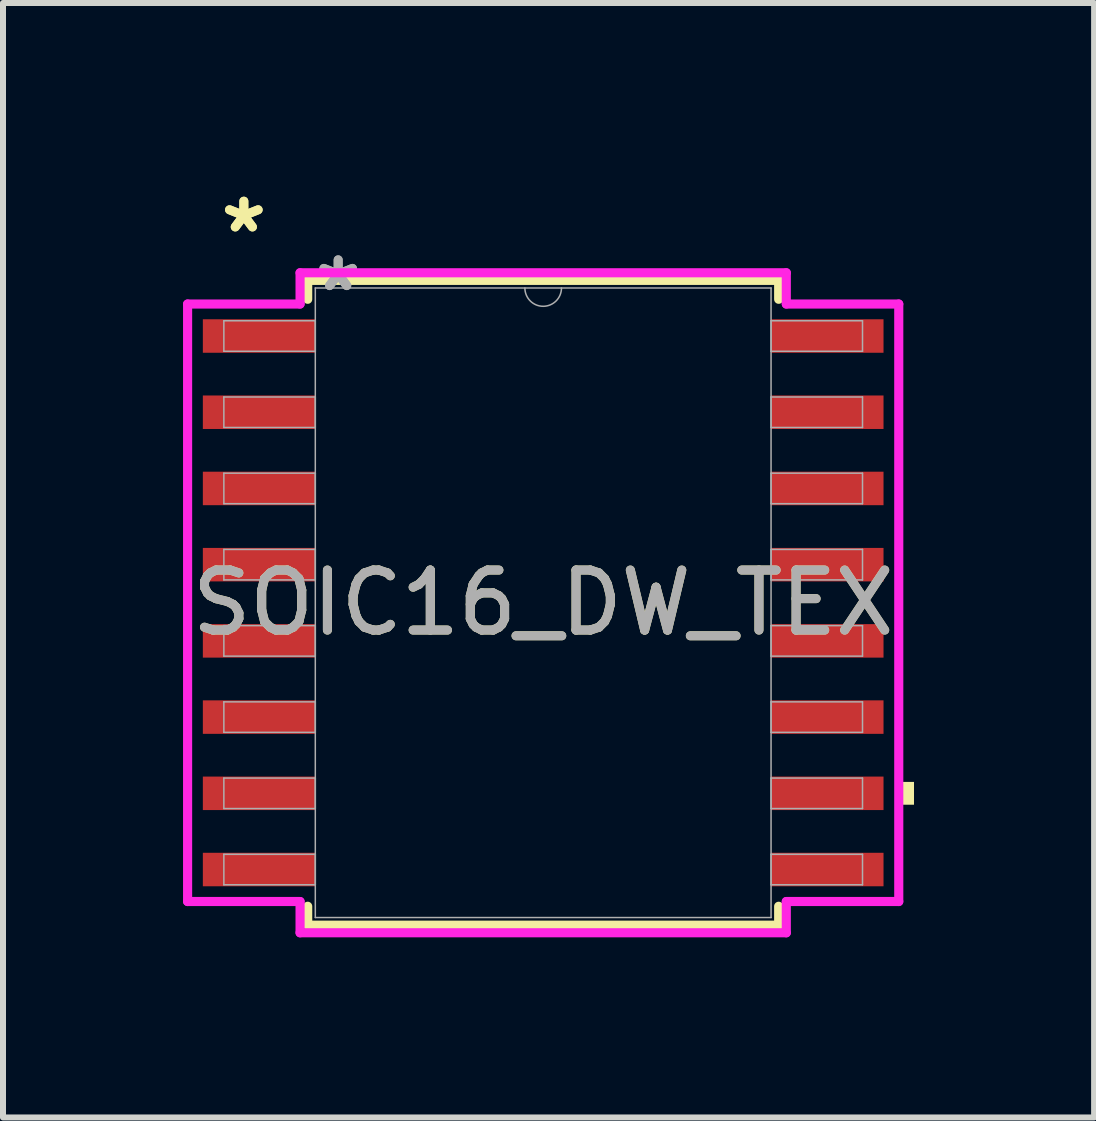
<source format=kicad_pcb>
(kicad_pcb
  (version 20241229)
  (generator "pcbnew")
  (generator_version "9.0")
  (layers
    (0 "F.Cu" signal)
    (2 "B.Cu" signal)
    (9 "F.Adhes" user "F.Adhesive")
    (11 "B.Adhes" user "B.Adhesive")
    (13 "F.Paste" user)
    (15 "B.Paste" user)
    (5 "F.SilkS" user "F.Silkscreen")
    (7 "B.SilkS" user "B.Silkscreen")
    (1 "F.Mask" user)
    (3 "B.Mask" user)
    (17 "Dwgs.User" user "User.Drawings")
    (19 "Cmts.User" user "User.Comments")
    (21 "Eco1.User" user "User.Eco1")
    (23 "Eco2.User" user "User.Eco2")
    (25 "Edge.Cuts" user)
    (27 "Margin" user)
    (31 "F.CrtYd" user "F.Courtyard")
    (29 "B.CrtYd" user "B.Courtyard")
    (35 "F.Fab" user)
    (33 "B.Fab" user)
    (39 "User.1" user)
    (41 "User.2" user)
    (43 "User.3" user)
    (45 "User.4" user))
  (footprint "SOIC16_DW_TEX"
    (layer "F.Cu")
    (at 6.001 6.994)
    (property "Reference" "SOIC16_DW_TEX" (at 0 0 0) (unlocked yes) (layer "F.SilkS") (effects (font (size 1 1) (thickness 0.15))))
    (attr smd)
    (fp_line (start -3.924 -5.372) (end -3.924 -5.057) (stroke (width 0.152) (type solid)) (layer "F.SilkS"))
    (fp_line (start -3.924 5.057) (end -3.924 5.372) (stroke (width 0.152) (type solid)) (layer "F.SilkS"))
    (fp_line (start -3.924 5.372) (end 3.924 5.372) (stroke (width 0.152) (type solid)) (layer "F.SilkS"))
    (fp_line (start 3.924 -5.372) (end -3.924 -5.372) (stroke (width 0.152) (type solid)) (layer "F.SilkS"))
    (fp_line (start 3.924 -5.057) (end 3.924 -5.372) (stroke (width 0.152) (type solid)) (layer "F.SilkS"))
    (fp_line (start 3.924 5.372) (end 3.924 5.057) (stroke (width 0.152) (type solid)) (layer "F.SilkS"))
    (fp_poly (pts (xy 6.179 2.985) (xy 6.179 3.365) (xy 5.925 3.365) (xy 5.925 2.985)) (stroke (width 0) (type solid)) (fill yes) (layer "F.SilkS"))
    (fp_line (start -5.925 -4.978) (end -4.051 -4.978) (stroke (width 0.152) (type solid)) (layer "F.CrtYd"))
    (fp_line (start -5.925 4.978) (end -5.925 -4.978) (stroke (width 0.152) (type solid)) (layer "F.CrtYd"))
    (fp_line (start -5.925 4.978) (end -4.051 4.978) (stroke (width 0.152) (type solid)) (layer "F.CrtYd"))
    (fp_line (start -4.051 -5.499) (end 4.051 -5.499) (stroke (width 0.152) (type solid)) (layer "F.CrtYd"))
    (fp_line (start -4.051 -4.978) (end -4.051 -5.499) (stroke (width 0.152) (type solid)) (layer "F.CrtYd"))
    (fp_line (start -4.051 5.499) (end -4.051 4.978) (stroke (width 0.152) (type solid)) (layer "F.CrtYd"))
    (fp_line (start 4.051 -5.499) (end 4.051 -4.978) (stroke (width 0.152) (type solid)) (layer "F.CrtYd"))
    (fp_line (start 4.051 4.978) (end 4.051 5.499) (stroke (width 0.152) (type solid)) (layer "F.CrtYd"))
    (fp_line (start 4.051 5.499) (end -4.051 5.499) (stroke (width 0.152) (type solid)) (layer "F.CrtYd"))
    (fp_line (start 5.925 -4.978) (end 4.051 -4.978) (stroke (width 0.152) (type solid)) (layer "F.CrtYd"))
    (fp_line (start 5.925 -4.978) (end 5.925 4.978) (stroke (width 0.152) (type solid)) (layer "F.CrtYd"))
    (fp_line (start 5.925 4.978) (end 4.051 4.978) (stroke (width 0.152) (type solid)) (layer "F.CrtYd"))
    (fp_line (start -5.321 -4.699) (end -5.321 -4.191) (stroke (width 0.025) (type solid)) (layer "F.Fab"))
    (fp_line (start -5.321 -4.191) (end -3.797 -4.191) (stroke (width 0.025) (type solid)) (layer "F.Fab"))
    (fp_line (start -5.321 -3.429) (end -5.321 -2.921) (stroke (width 0.025) (type solid)) (layer "F.Fab"))
    (fp_line (start -5.321 -2.921) (end -3.797 -2.921) (stroke (width 0.025) (type solid)) (layer "F.Fab"))
    (fp_line (start -5.321 -2.159) (end -5.321 -1.651) (stroke (width 0.025) (type solid)) (layer "F.Fab"))
    (fp_line (start -5.321 -1.651) (end -3.797 -1.651) (stroke (width 0.025) (type solid)) (layer "F.Fab"))
    (fp_line (start -5.321 -0.889) (end -5.321 -0.381) (stroke (width 0.025) (type solid)) (layer "F.Fab"))
    (fp_line (start -5.321 -0.381) (end -3.797 -0.381) (stroke (width 0.025) (type solid)) (layer "F.Fab"))
    (fp_line (start -5.321 0.381) (end -5.321 0.889) (stroke (width 0.025) (type solid)) (layer "F.Fab"))
    (fp_line (start -5.321 0.889) (end -3.797 0.889) (stroke (width 0.025) (type solid)) (layer "F.Fab"))
    (fp_line (start -5.321 1.651) (end -5.321 2.159) (stroke (width 0.025) (type solid)) (layer "F.Fab"))
    (fp_line (start -5.321 2.159) (end -3.797 2.159) (stroke (width 0.025) (type solid)) (layer "F.Fab"))
    (fp_line (start -5.321 2.921) (end -5.321 3.429) (stroke (width 0.025) (type solid)) (layer "F.Fab"))
    (fp_line (start -5.321 3.429) (end -3.797 3.429) (stroke (width 0.025) (type solid)) (layer "F.Fab"))
    (fp_line (start -5.321 4.191) (end -5.321 4.699) (stroke (width 0.025) (type solid)) (layer "F.Fab"))
    (fp_line (start -5.321 4.699) (end -3.797 4.699) (stroke (width 0.025) (type solid)) (layer "F.Fab"))
    (fp_line (start -3.797 -5.245) (end -3.797 5.245) (stroke (width 0.025) (type solid)) (layer "F.Fab"))
    (fp_line (start -3.797 -4.699) (end -5.321 -4.699) (stroke (width 0.025) (type solid)) (layer "F.Fab"))
    (fp_line (start -3.797 -4.191) (end -3.797 -4.699) (stroke (width 0.025) (type solid)) (layer "F.Fab"))
    (fp_line (start -3.797 -3.429) (end -5.321 -3.429) (stroke (width 0.025) (type solid)) (layer "F.Fab"))
    (fp_line (start -3.797 -2.921) (end -3.797 -3.429) (stroke (width 0.025) (type solid)) (layer "F.Fab"))
    (fp_line (start -3.797 -2.159) (end -5.321 -2.159) (stroke (width 0.025) (type solid)) (layer "F.Fab"))
    (fp_line (start -3.797 -1.651) (end -3.797 -2.159) (stroke (width 0.025) (type solid)) (layer "F.Fab"))
    (fp_line (start -3.797 -0.889) (end -5.321 -0.889) (stroke (width 0.025) (type solid)) (layer "F.Fab"))
    (fp_line (start -3.797 -0.381) (end -3.797 -0.889) (stroke (width 0.025) (type solid)) (layer "F.Fab"))
    (fp_line (start -3.797 0.381) (end -5.321 0.381) (stroke (width 0.025) (type solid)) (layer "F.Fab"))
    (fp_line (start -3.797 0.889) (end -3.797 0.381) (stroke (width 0.025) (type solid)) (layer "F.Fab"))
    (fp_line (start -3.797 1.651) (end -5.321 1.651) (stroke (width 0.025) (type solid)) (layer "F.Fab"))
    (fp_line (start -3.797 2.159) (end -3.797 1.651) (stroke (width 0.025) (type solid)) (layer "F.Fab"))
    (fp_line (start -3.797 2.921) (end -5.321 2.921) (stroke (width 0.025) (type solid)) (layer "F.Fab"))
    (fp_line (start -3.797 3.429) (end -3.797 2.921) (stroke (width 0.025) (type solid)) (layer "F.Fab"))
    (fp_line (start -3.797 4.191) (end -5.321 4.191) (stroke (width 0.025) (type solid)) (layer "F.Fab"))
    (fp_line (start -3.797 4.699) (end -3.797 4.191) (stroke (width 0.025) (type solid)) (layer "F.Fab"))
    (fp_line (start -3.797 5.245) (end 3.797 5.245) (stroke (width 0.025) (type solid)) (layer "F.Fab"))
    (fp_line (start 3.797 -5.245) (end -3.797 -5.245) (stroke (width 0.025) (type solid)) (layer "F.Fab"))
    (fp_line (start 3.797 -4.699) (end 3.797 -4.191) (stroke (width 0.025) (type solid)) (layer "F.Fab"))
    (fp_line (start 3.797 -4.191) (end 5.321 -4.191) (stroke (width 0.025) (type solid)) (layer "F.Fab"))
    (fp_line (start 3.797 -3.429) (end 3.797 -2.921) (stroke (width 0.025) (type solid)) (layer "F.Fab"))
    (fp_line (start 3.797 -2.921) (end 5.321 -2.921) (stroke (width 0.025) (type solid)) (layer "F.Fab"))
    (fp_line (start 3.797 -2.159) (end 3.797 -1.651) (stroke (width 0.025) (type solid)) (layer "F.Fab"))
    (fp_line (start 3.797 -1.651) (end 5.321 -1.651) (stroke (width 0.025) (type solid)) (layer "F.Fab"))
    (fp_line (start 3.797 -0.889) (end 3.797 -0.381) (stroke (width 0.025) (type solid)) (layer "F.Fab"))
    (fp_line (start 3.797 -0.381) (end 5.321 -0.381) (stroke (width 0.025) (type solid)) (layer "F.Fab"))
    (fp_line (start 3.797 0.381) (end 3.797 0.889) (stroke (width 0.025) (type solid)) (layer "F.Fab"))
    (fp_line (start 3.797 0.889) (end 5.321 0.889) (stroke (width 0.025) (type solid)) (layer "F.Fab"))
    (fp_line (start 3.797 1.651) (end 3.797 2.159) (stroke (width 0.025) (type solid)) (layer "F.Fab"))
    (fp_line (start 3.797 2.159) (end 5.321 2.159) (stroke (width 0.025) (type solid)) (layer "F.Fab"))
    (fp_line (start 3.797 2.921) (end 3.797 3.429) (stroke (width 0.025) (type solid)) (layer "F.Fab"))
    (fp_line (start 3.797 3.429) (end 5.321 3.429) (stroke (width 0.025) (type solid)) (layer "F.Fab"))
    (fp_line (start 3.797 4.191) (end 3.797 4.699) (stroke (width 0.025) (type solid)) (layer "F.Fab"))
    (fp_line (start 3.797 4.699) (end 5.321 4.699) (stroke (width 0.025) (type solid)) (layer "F.Fab"))
    (fp_line (start 3.797 5.245) (end 3.797 -5.245) (stroke (width 0.025) (type solid)) (layer "F.Fab"))
    (fp_line (start 5.321 -4.699) (end 3.797 -4.699) (stroke (width 0.025) (type solid)) (layer "F.Fab"))
    (fp_line (start 5.321 -4.191) (end 5.321 -4.699) (stroke (width 0.025) (type solid)) (layer "F.Fab"))
    (fp_line (start 5.321 -3.429) (end 3.797 -3.429) (stroke (width 0.025) (type solid)) (layer "F.Fab"))
    (fp_line (start 5.321 -2.921) (end 5.321 -3.429) (stroke (width 0.025) (type solid)) (layer "F.Fab"))
    (fp_line (start 5.321 -2.159) (end 3.797 -2.159) (stroke (width 0.025) (type solid)) (layer "F.Fab"))
    (fp_line (start 5.321 -1.651) (end 5.321 -2.159) (stroke (width 0.025) (type solid)) (layer "F.Fab"))
    (fp_line (start 5.321 -0.889) (end 3.797 -0.889) (stroke (width 0.025) (type solid)) (layer "F.Fab"))
    (fp_line (start 5.321 -0.381) (end 5.321 -0.889) (stroke (width 0.025) (type solid)) (layer "F.Fab"))
    (fp_line (start 5.321 0.381) (end 3.797 0.381) (stroke (width 0.025) (type solid)) (layer "F.Fab"))
    (fp_line (start 5.321 0.889) (end 5.321 0.381) (stroke (width 0.025) (type solid)) (layer "F.Fab"))
    (fp_line (start 5.321 1.651) (end 3.797 1.651) (stroke (width 0.025) (type solid)) (layer "F.Fab"))
    (fp_line (start 5.321 2.159) (end 5.321 1.651) (stroke (width 0.025) (type solid)) (layer "F.Fab"))
    (fp_line (start 5.321 2.921) (end 3.797 2.921) (stroke (width 0.025) (type solid)) (layer "F.Fab"))
    (fp_line (start 5.321 3.429) (end 5.321 2.921) (stroke (width 0.025) (type solid)) (layer "F.Fab"))
    (fp_line (start 5.321 4.191) (end 3.797 4.191) (stroke (width 0.025) (type solid)) (layer "F.Fab"))
    (fp_line (start 5.321 4.699) (end 5.321 4.191) (stroke (width 0.025) (type solid)) (layer "F.Fab"))
    (fp_arc (start 0.3048 -5.2451) (mid 0 -4.9403) (end -0.3048 -5.2451) (stroke (width 0.0254) (type solid)) (layer "F.Fab"))
    (fp_text user "*" (at -4.988 -6.146 0) (layer "F.SilkS") (effects (font (size 1 1) (thickness 0.15))))
    (fp_text user "*" (at -4.988 -6.146 0) (unlocked yes) (layer "F.SilkS") (effects (font (size 1 1) (thickness 0.15))))
    (fp_text user "*" (at -3.416 -5.169 0) (unlocked yes) (layer "F.Fab") (effects (font (size 1 1) (thickness 0.15))))
    (fp_text user "*" (at -3.416 -5.169 0) (layer "F.Fab") (effects (font (size 1 1) (thickness 0.15))))
    (fp_text user "${REFERENCE}" (at 0 0 0) (unlocked yes) (layer "F.Fab") (effects (font (size 1 1) (thickness 0.15))))
    (pad "1" smd rect (at -4.734 -4.445) (size 1.874 0.558) (layers "F.Cu" "F.Mask" "F.Paste"))
    (pad "2" smd rect (at -4.734 -3.175) (size 1.874 0.558) (layers "F.Cu" "F.Mask" "F.Paste"))
    (pad "3" smd rect (at -4.734 -1.905) (size 1.874 0.558) (layers "F.Cu" "F.Mask" "F.Paste"))
    (pad "4" smd rect (at -4.734 -0.635) (size 1.874 0.558) (layers "F.Cu" "F.Mask" "F.Paste"))
    (pad "5" smd rect (at -4.734 0.635) (size 1.874 0.558) (layers "F.Cu" "F.Mask" "F.Paste"))
    (pad "6" smd rect (at -4.734 1.905) (size 1.874 0.558) (layers "F.Cu" "F.Mask" "F.Paste"))
    (pad "7" smd rect (at -4.734 3.175) (size 1.874 0.558) (layers "F.Cu" "F.Mask" "F.Paste"))
    (pad "8" smd rect (at -4.734 4.445) (size 1.874 0.558) (layers "F.Cu" "F.Mask" "F.Paste"))
    (pad "9" smd rect (at 4.734 4.445) (size 1.874 0.558) (layers "F.Cu" "F.Mask" "F.Paste"))
    (pad "10" smd rect (at 4.734 3.175) (size 1.874 0.558) (layers "F.Cu" "F.Mask" "F.Paste"))
    (pad "11" smd rect (at 4.734 1.905) (size 1.874 0.558) (layers "F.Cu" "F.Mask" "F.Paste"))
    (pad "12" smd rect (at 4.734 0.635) (size 1.874 0.558) (layers "F.Cu" "F.Mask" "F.Paste"))
    (pad "13" smd rect (at 4.734 -0.635) (size 1.874 0.558) (layers "F.Cu" "F.Mask" "F.Paste"))
    (pad "14" smd rect (at 4.734 -1.905) (size 1.874 0.558) (layers "F.Cu" "F.Mask" "F.Paste"))
    (pad "15" smd rect (at 4.734 -3.175) (size 1.874 0.558) (layers "F.Cu" "F.Mask" "F.Paste"))
    (pad "16" smd rect (at 4.734 -4.445) (size 1.874 0.558) (layers "F.Cu" "F.Mask" "F.Paste")))
  (gr_rect
    (start -3 -3)
    (end 15.181 15.57)
    (stroke (width 0.1) (type default))
    (fill no)
    (layer "Edge.Cuts")))
</source>
